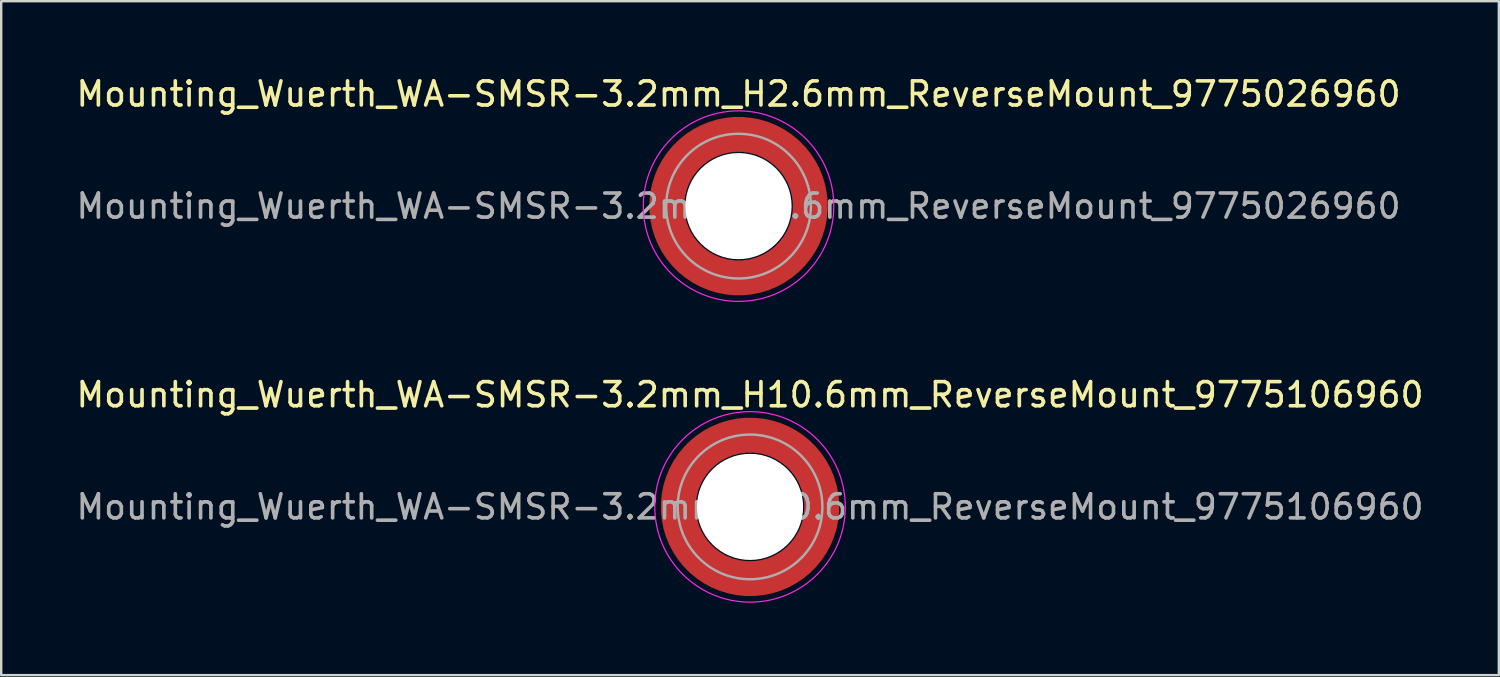
<source format=kicad_pcb>
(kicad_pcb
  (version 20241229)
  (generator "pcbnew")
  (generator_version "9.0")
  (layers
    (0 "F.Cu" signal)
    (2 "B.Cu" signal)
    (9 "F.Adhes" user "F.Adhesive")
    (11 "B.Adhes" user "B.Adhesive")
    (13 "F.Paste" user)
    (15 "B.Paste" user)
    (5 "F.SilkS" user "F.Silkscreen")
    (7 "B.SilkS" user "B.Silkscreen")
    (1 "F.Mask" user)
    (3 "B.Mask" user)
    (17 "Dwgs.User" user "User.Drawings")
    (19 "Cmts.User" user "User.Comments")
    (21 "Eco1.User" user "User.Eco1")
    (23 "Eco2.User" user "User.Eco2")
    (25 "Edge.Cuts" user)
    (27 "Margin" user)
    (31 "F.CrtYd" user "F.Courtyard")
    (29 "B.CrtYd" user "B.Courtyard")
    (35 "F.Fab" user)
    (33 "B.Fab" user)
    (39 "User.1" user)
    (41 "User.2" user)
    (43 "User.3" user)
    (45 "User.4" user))
  (footprint "Mounting_Wuerth_WA-SMSR-3.2mm_H10.6mm_ReverseMount_9775106960"
    (layer "F.Cu")
    (at 28.054 17.971)
    (property "Reference" "Mounting_Wuerth_WA-SMSR-3.2mm_H10.6mm_ReverseMount_9775106960" (at 0 -4.65 0) (layer "F.SilkS") (effects (font (size 1 1) (thickness 0.15))))
    (attr smd)
    (fp_circle (center 0 0) (end 3.95 0) (stroke (width 0.05) (type solid)) (fill no) (layer "F.CrtYd"))
    (fp_circle (center 0 0) (end 3 0) (stroke (width 0.1) (type solid)) (fill no) (layer "F.Fab"))
    (fp_text user "${REFERENCE}" (at 0 0 0) (layer "F.Fab") (effects (font (size 1 1) (thickness 0.15))))
    (pad "" smd custom (at -2.095 -2.095) (size 0.945 0.945) (layers "F.Paste") (options (anchor circle)) (primitives (gr_arc (start -0.24231 1.594804) (mid 0.404104 0.405534) (end 1.592827 -0.241886) (width 0.2)) (gr_arc (start -0.3398 1.594804) (mid 0.335987 0.338711) (end 1.591031 -0.339022) (width 0.2)) (gr_arc (start -0.437132 1.594804) (mid 0.268952 0.270807) (end 1.592231 -0.436623) (width 0.2)) (gr_arc (start -0.534324 1.594804) (mid 0.201345 0.203474) (end 1.591846 -0.53376) (width 0.2)) (gr_arc (start -0.631391 1.594804) (mid 0.134696 0.135183) (end 1.594126 -0.631267) (width 0.2)) (gr_arc (start -0.728345 1.594804) (mid 0.067234 0.067705) (end 1.594149 -0.728229) (width 0.2)) (gr_arc (start -0.825197 1.594804) (mid -0.001218 0.001219) (end 1.591408 -0.824614) (width 0.2)) (gr_arc (start -0.921958 1.594804) (mid -0.068952 -0.065985) (end 1.590665 -0.921269) (width 0.2)) (gr_arc (start -1.018637 1.594804) (mid -0.135972 -0.133906) (end 1.59192 -1.018172) (width 0.2)) (gr_arc (start -1.115239 1.594804) (mid -0.20428 -0.200537) (end 1.589574 -1.11442) (width 0.2)) (gr_arc (start -1.211773 1.594804) (mid -0.26993 -0.269828) (end 1.594662 -1.211752) (width 0.2)) (gr_arc (start -1.308244 1.594804) (mid -0.33911 -0.335587) (end 1.589875 -1.307516) (width 0.2)) (gr_arc (start -1.404657 1.594804) (mid -0.405633 -0.404004) (end 1.592524 -1.404331) (width 0.2)) (gr_arc (start -1.404657 1.594804) (mid -0.405633 -0.404004) (end 1.592524 -1.404331) (width 0.2)) (gr_line (start 1.595 -0.242) (end 1.595 -1.405) (width 0.2)) (gr_line (start -0.242 1.595) (end -1.405 1.595) (width 0.2))))
    (pad "" smd custom (at -2.095 2.095) (size 0.945 0.945) (layers "F.Paste") (options (anchor circle)) (primitives (gr_arc (start 1.594804 0.24231) (mid 0.405534 -0.404104) (end -0.241886 -1.592827) (width 0.2)) (gr_arc (start 1.594804 0.3398) (mid 0.338711 -0.335987) (end -0.339022 -1.591031) (width 0.2)) (gr_arc (start 1.594804 0.437132) (mid 0.270807 -0.268952) (end -0.436623 -1.592231) (width 0.2)) (gr_arc (start 1.594804 0.534324) (mid 0.203474 -0.201345) (end -0.53376 -1.591846) (width 0.2)) (gr_arc (start 1.594804 0.631391) (mid 0.135183 -0.134696) (end -0.631267 -1.594126) (width 0.2)) (gr_arc (start 1.594804 0.728345) (mid 0.067705 -0.067234) (end -0.728229 -1.594149) (width 0.2)) (gr_arc (start 1.594804 0.825197) (mid 0.001219 0.001218) (end -0.824614 -1.591408) (width 0.2)) (gr_arc (start 1.594804 0.921958) (mid -0.065985 0.068952) (end -0.921269 -1.590665) (width 0.2)) (gr_arc (start 1.594804 1.018637) (mid -0.133906 0.135972) (end -1.018172 -1.59192) (width 0.2)) (gr_arc (start 1.594804 1.115239) (mid -0.200537 0.20428) (end -1.11442 -1.589574) (width 0.2)) (gr_arc (start 1.594804 1.211773) (mid -0.269828 0.26993) (end -1.211752 -1.594662) (width 0.2)) (gr_arc (start 1.594804 1.308244) (mid -0.335587 0.33911) (end -1.307516 -1.589875) (width 0.2)) (gr_arc (start 1.594804 1.404657) (mid -0.404004 0.405633) (end -1.404331 -1.592524) (width 0.2)) (gr_arc (start 1.594804 1.404657) (mid -0.404004 0.405633) (end -1.404331 -1.592524) (width 0.2)) (gr_line (start -0.242 -1.595) (end -1.405 -1.595) (width 0.2)) (gr_line (start 1.595 0.242) (end 1.595 1.405) (width 0.2))))
    (pad "" np_thru_hole circle (at 0 0) (size 4.4 4.4) (drill 4.4) (layers "*.Cu" "*.Mask"))
    (pad "" smd custom (at 2.095 -2.095) (size 0.945 0.945) (layers "F.Paste") (options (anchor circle)) (primitives (gr_arc (start -1.594804 -0.24231) (mid -0.405534 0.404104) (end 0.241886 1.592827) (width 0.2)) (gr_arc (start -1.594804 -0.3398) (mid -0.338711 0.335987) (end 0.339022 1.591031) (width 0.2)) (gr_arc (start -1.594804 -0.437132) (mid -0.270807 0.268952) (end 0.436623 1.592231) (width 0.2)) (gr_arc (start -1.594804 -0.534324) (mid -0.203474 0.201345) (end 0.53376 1.591846) (width 0.2)) (gr_arc (start -1.594804 -0.631391) (mid -0.135183 0.134696) (end 0.631267 1.594126) (width 0.2)) (gr_arc (start -1.594804 -0.728345) (mid -0.067705 0.067234) (end 0.728229 1.594149) (width 0.2)) (gr_arc (start -1.594804 -0.825197) (mid -0.001219 -0.001218) (end 0.824614 1.591408) (width 0.2)) (gr_arc (start -1.594804 -0.921958) (mid 0.065985 -0.068952) (end 0.921269 1.590665) (width 0.2)) (gr_arc (start -1.594804 -1.018637) (mid 0.133906 -0.135972) (end 1.018172 1.59192) (width 0.2)) (gr_arc (start -1.594804 -1.115239) (mid 0.200537 -0.20428) (end 1.11442 1.589574) (width 0.2)) (gr_arc (start -1.594804 -1.211773) (mid 0.269828 -0.26993) (end 1.211752 1.594662) (width 0.2)) (gr_arc (start -1.594804 -1.308244) (mid 0.335587 -0.33911) (end 1.307516 1.589875) (width 0.2)) (gr_arc (start -1.594804 -1.404657) (mid 0.404004 -0.405633) (end 1.404331 1.592524) (width 0.2)) (gr_arc (start -1.594804 -1.404657) (mid 0.404004 -0.405633) (end 1.404331 1.592524) (width 0.2)) (gr_line (start 0.242 1.595) (end 1.405 1.595) (width 0.2)) (gr_line (start -1.595 -0.242) (end -1.595 -1.405) (width 0.2))))
    (pad "" smd custom (at 2.095 2.095) (size 0.945 0.945) (layers "F.Paste") (options (anchor circle)) (primitives (gr_arc (start 0.24231 -1.594804) (mid -0.404104 -0.405534) (end -1.592827 0.241886) (width 0.2)) (gr_arc (start 0.3398 -1.594804) (mid -0.335987 -0.338711) (end -1.591031 0.339022) (width 0.2)) (gr_arc (start 0.437132 -1.594804) (mid -0.268952 -0.270807) (end -1.592231 0.436623) (width 0.2)) (gr_arc (start 0.534324 -1.594804) (mid -0.201345 -0.203474) (end -1.591846 0.53376) (width 0.2)) (gr_arc (start 0.631391 -1.594804) (mid -0.134696 -0.135183) (end -1.594126 0.631267) (width 0.2)) (gr_arc (start 0.728345 -1.594804) (mid -0.067234 -0.067705) (end -1.594149 0.728229) (width 0.2)) (gr_arc (start 0.825197 -1.594804) (mid 0.001218 -0.001219) (end -1.591408 0.824614) (width 0.2)) (gr_arc (start 0.921958 -1.594804) (mid 0.068952 0.065985) (end -1.590665 0.921269) (width 0.2)) (gr_arc (start 1.018637 -1.594804) (mid 0.135972 0.133906) (end -1.59192 1.018172) (width 0.2)) (gr_arc (start 1.115239 -1.594804) (mid 0.20428 0.200537) (end -1.589574 1.11442) (width 0.2)) (gr_arc (start 1.211773 -1.594804) (mid 0.26993 0.269828) (end -1.594662 1.211752) (width 0.2)) (gr_arc (start 1.308244 -1.594804) (mid 0.33911 0.335587) (end -1.589875 1.307516) (width 0.2)) (gr_arc (start 1.404657 -1.594804) (mid 0.405633 0.404004) (end -1.592524 1.404331) (width 0.2)) (gr_arc (start 1.404657 -1.594804) (mid 0.405633 0.404004) (end -1.592524 1.404331) (width 0.2)) (gr_line (start -1.595 0.242) (end -1.595 1.405) (width 0.2)) (gr_line (start 0.242 -1.595) (end 1.405 -1.595) (width 0.2))))
    (pad "1" smd circle (at -2.975 0) (size 1.05 1.05) (layers "F.Cu"))
    (pad "1" smd circle (at 0 -2.975) (size 1.05 1.05) (layers "F.Cu"))
    (pad "1" smd circle (at 0 2.975) (size 1.05 1.05) (layers "F.Cu"))
    (pad "1" smd custom (at 2.975 0) (size 1.05 1.05) (layers "F.Cu" "F.Mask") (options (anchor circle)) (primitives (gr_circle (center -2.975 0) (end 0 0) (width 1.45) (fill no)))))
  (footprint "Mounting_Wuerth_WA-SMSR-3.2mm_H2.6mm_ReverseMount_9775026960"
    (layer "F.Cu")
    (at 27.577 5.498)
    (property "Reference" "Mounting_Wuerth_WA-SMSR-3.2mm_H2.6mm_ReverseMount_9775026960" (at 0 -4.65 0) (layer "F.SilkS") (effects (font (size 1 1) (thickness 0.15))))
    (attr smd)
    (fp_circle (center 0 0) (end 3.95 0) (stroke (width 0.05) (type solid)) (fill no) (layer "F.CrtYd"))
    (fp_circle (center 0 0) (end 3 0) (stroke (width 0.1) (type solid)) (fill no) (layer "F.Fab"))
    (fp_text user "${REFERENCE}" (at 0 0 0) (layer "F.Fab") (effects (font (size 1 1) (thickness 0.15))))
    (pad "" smd custom (at -2.095 -2.095) (size 0.945 0.945) (layers "F.Paste") (options (anchor circle)) (primitives (gr_arc (start -0.24231 1.594804) (mid 0.404104 0.405534) (end 1.592827 -0.241886) (width 0.2)) (gr_arc (start -0.3398 1.594804) (mid 0.335987 0.338711) (end 1.591031 -0.339022) (width 0.2)) (gr_arc (start -0.437132 1.594804) (mid 0.268952 0.270807) (end 1.592231 -0.436623) (width 0.2)) (gr_arc (start -0.534324 1.594804) (mid 0.201345 0.203474) (end 1.591846 -0.53376) (width 0.2)) (gr_arc (start -0.631391 1.594804) (mid 0.134696 0.135183) (end 1.594126 -0.631267) (width 0.2)) (gr_arc (start -0.728345 1.594804) (mid 0.067234 0.067705) (end 1.594149 -0.728229) (width 0.2)) (gr_arc (start -0.825197 1.594804) (mid -0.001218 0.001219) (end 1.591408 -0.824614) (width 0.2)) (gr_arc (start -0.921958 1.594804) (mid -0.068952 -0.065985) (end 1.590665 -0.921269) (width 0.2)) (gr_arc (start -1.018637 1.594804) (mid -0.135972 -0.133906) (end 1.59192 -1.018172) (width 0.2)) (gr_arc (start -1.115239 1.594804) (mid -0.20428 -0.200537) (end 1.589574 -1.11442) (width 0.2)) (gr_arc (start -1.211773 1.594804) (mid -0.26993 -0.269828) (end 1.594662 -1.211752) (width 0.2)) (gr_arc (start -1.308244 1.594804) (mid -0.33911 -0.335587) (end 1.589875 -1.307516) (width 0.2)) (gr_arc (start -1.404657 1.594804) (mid -0.405633 -0.404004) (end 1.592524 -1.404331) (width 0.2)) (gr_arc (start -1.404657 1.594804) (mid -0.405633 -0.404004) (end 1.592524 -1.404331) (width 0.2)) (gr_line (start 1.595 -0.242) (end 1.595 -1.405) (width 0.2)) (gr_line (start -0.242 1.595) (end -1.405 1.595) (width 0.2))))
    (pad "" smd custom (at -2.095 2.095) (size 0.945 0.945) (layers "F.Paste") (options (anchor circle)) (primitives (gr_arc (start 1.594804 0.24231) (mid 0.405534 -0.404104) (end -0.241886 -1.592827) (width 0.2)) (gr_arc (start 1.594804 0.3398) (mid 0.338711 -0.335987) (end -0.339022 -1.591031) (width 0.2)) (gr_arc (start 1.594804 0.437132) (mid 0.270807 -0.268952) (end -0.436623 -1.592231) (width 0.2)) (gr_arc (start 1.594804 0.534324) (mid 0.203474 -0.201345) (end -0.53376 -1.591846) (width 0.2)) (gr_arc (start 1.594804 0.631391) (mid 0.135183 -0.134696) (end -0.631267 -1.594126) (width 0.2)) (gr_arc (start 1.594804 0.728345) (mid 0.067705 -0.067234) (end -0.728229 -1.594149) (width 0.2)) (gr_arc (start 1.594804 0.825197) (mid 0.001219 0.001218) (end -0.824614 -1.591408) (width 0.2)) (gr_arc (start 1.594804 0.921958) (mid -0.065985 0.068952) (end -0.921269 -1.590665) (width 0.2)) (gr_arc (start 1.594804 1.018637) (mid -0.133906 0.135972) (end -1.018172 -1.59192) (width 0.2)) (gr_arc (start 1.594804 1.115239) (mid -0.200537 0.20428) (end -1.11442 -1.589574) (width 0.2)) (gr_arc (start 1.594804 1.211773) (mid -0.269828 0.26993) (end -1.211752 -1.594662) (width 0.2)) (gr_arc (start 1.594804 1.308244) (mid -0.335587 0.33911) (end -1.307516 -1.589875) (width 0.2)) (gr_arc (start 1.594804 1.404657) (mid -0.404004 0.405633) (end -1.404331 -1.592524) (width 0.2)) (gr_arc (start 1.594804 1.404657) (mid -0.404004 0.405633) (end -1.404331 -1.592524) (width 0.2)) (gr_line (start -0.242 -1.595) (end -1.405 -1.595) (width 0.2)) (gr_line (start 1.595 0.242) (end 1.595 1.405) (width 0.2))))
    (pad "" np_thru_hole circle (at 0 0) (size 4.4 4.4) (drill 4.4) (layers "*.Cu" "*.Mask"))
    (pad "" smd custom (at 2.095 -2.095) (size 0.945 0.945) (layers "F.Paste") (options (anchor circle)) (primitives (gr_arc (start -1.594804 -0.24231) (mid -0.405534 0.404104) (end 0.241886 1.592827) (width 0.2)) (gr_arc (start -1.594804 -0.3398) (mid -0.338711 0.335987) (end 0.339022 1.591031) (width 0.2)) (gr_arc (start -1.594804 -0.437132) (mid -0.270807 0.268952) (end 0.436623 1.592231) (width 0.2)) (gr_arc (start -1.594804 -0.534324) (mid -0.203474 0.201345) (end 0.53376 1.591846) (width 0.2)) (gr_arc (start -1.594804 -0.631391) (mid -0.135183 0.134696) (end 0.631267 1.594126) (width 0.2)) (gr_arc (start -1.594804 -0.728345) (mid -0.067705 0.067234) (end 0.728229 1.594149) (width 0.2)) (gr_arc (start -1.594804 -0.825197) (mid -0.001219 -0.001218) (end 0.824614 1.591408) (width 0.2)) (gr_arc (start -1.594804 -0.921958) (mid 0.065985 -0.068952) (end 0.921269 1.590665) (width 0.2)) (gr_arc (start -1.594804 -1.018637) (mid 0.133906 -0.135972) (end 1.018172 1.59192) (width 0.2)) (gr_arc (start -1.594804 -1.115239) (mid 0.200537 -0.20428) (end 1.11442 1.589574) (width 0.2)) (gr_arc (start -1.594804 -1.211773) (mid 0.269828 -0.26993) (end 1.211752 1.594662) (width 0.2)) (gr_arc (start -1.594804 -1.308244) (mid 0.335587 -0.33911) (end 1.307516 1.589875) (width 0.2)) (gr_arc (start -1.594804 -1.404657) (mid 0.404004 -0.405633) (end 1.404331 1.592524) (width 0.2)) (gr_arc (start -1.594804 -1.404657) (mid 0.404004 -0.405633) (end 1.404331 1.592524) (width 0.2)) (gr_line (start 0.242 1.595) (end 1.405 1.595) (width 0.2)) (gr_line (start -1.595 -0.242) (end -1.595 -1.405) (width 0.2))))
    (pad "" smd custom (at 2.095 2.095) (size 0.945 0.945) (layers "F.Paste") (options (anchor circle)) (primitives (gr_arc (start 0.24231 -1.594804) (mid -0.404104 -0.405534) (end -1.592827 0.241886) (width 0.2)) (gr_arc (start 0.3398 -1.594804) (mid -0.335987 -0.338711) (end -1.591031 0.339022) (width 0.2)) (gr_arc (start 0.437132 -1.594804) (mid -0.268952 -0.270807) (end -1.592231 0.436623) (width 0.2)) (gr_arc (start 0.534324 -1.594804) (mid -0.201345 -0.203474) (end -1.591846 0.53376) (width 0.2)) (gr_arc (start 0.631391 -1.594804) (mid -0.134696 -0.135183) (end -1.594126 0.631267) (width 0.2)) (gr_arc (start 0.728345 -1.594804) (mid -0.067234 -0.067705) (end -1.594149 0.728229) (width 0.2)) (gr_arc (start 0.825197 -1.594804) (mid 0.001218 -0.001219) (end -1.591408 0.824614) (width 0.2)) (gr_arc (start 0.921958 -1.594804) (mid 0.068952 0.065985) (end -1.590665 0.921269) (width 0.2)) (gr_arc (start 1.018637 -1.594804) (mid 0.135972 0.133906) (end -1.59192 1.018172) (width 0.2)) (gr_arc (start 1.115239 -1.594804) (mid 0.20428 0.200537) (end -1.589574 1.11442) (width 0.2)) (gr_arc (start 1.211773 -1.594804) (mid 0.26993 0.269828) (end -1.594662 1.211752) (width 0.2)) (gr_arc (start 1.308244 -1.594804) (mid 0.33911 0.335587) (end -1.589875 1.307516) (width 0.2)) (gr_arc (start 1.404657 -1.594804) (mid 0.405633 0.404004) (end -1.592524 1.404331) (width 0.2)) (gr_arc (start 1.404657 -1.594804) (mid 0.405633 0.404004) (end -1.592524 1.404331) (width 0.2)) (gr_line (start -1.595 0.242) (end -1.595 1.405) (width 0.2)) (gr_line (start 0.242 -1.595) (end 1.405 -1.595) (width 0.2))))
    (pad "1" smd circle (at -2.975 0) (size 1.05 1.05) (layers "F.Cu"))
    (pad "1" smd circle (at 0 -2.975) (size 1.05 1.05) (layers "F.Cu"))
    (pad "1" smd circle (at 0 2.975) (size 1.05 1.05) (layers "F.Cu"))
    (pad "1" smd custom (at 2.975 0) (size 1.05 1.05) (layers "F.Cu" "F.Mask") (options (anchor circle)) (primitives (gr_circle (center -2.975 0) (end 0 0) (width 1.45) (fill no)))))
  (gr_rect
    (start -3 -3)
    (end 59.107 24.947)
    (stroke (width 0.1) (type default))
    (fill no)
    (layer "Edge.Cuts")))
</source>
